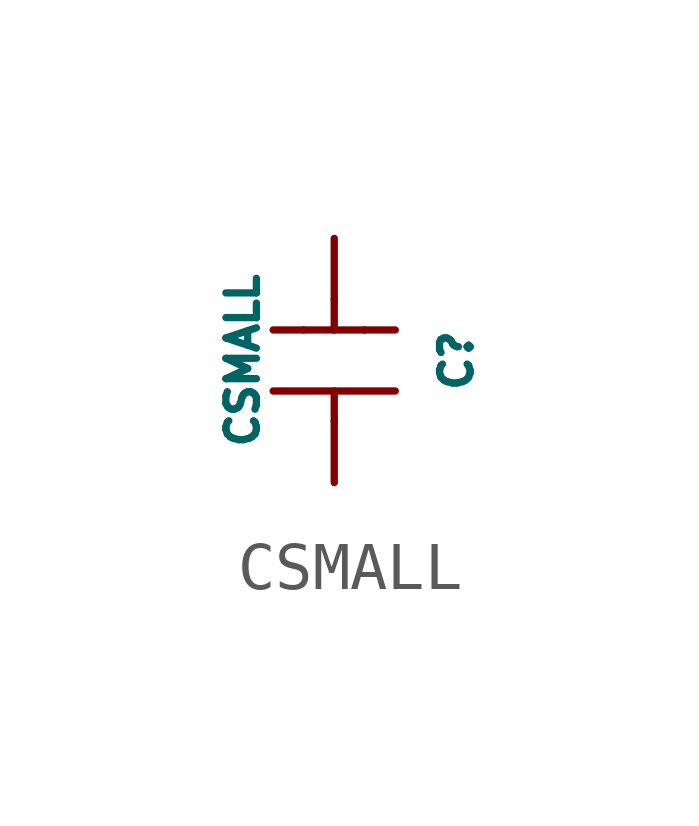
<source format=kicad_sym>
(kicad_symbol_lib
  (version 20241209)
  (generator "kicad_symbol_editor")
  (generator_version "9.0")
  (symbol "CSMALL"
    (pin_numbers
      (hide yes))
    (pin_names
      (offset 0)
      (hide yes))
    (property "Reference" "C"
      (at 2.54 0 90)
      (effects (font (size 0.635 0.635))))
    (property "Value" "CSMALL"
      (at -1.905 0 90)
      (effects (font (size 0.635 0.635))))
    (property "Datasheet" ""
      (at 0 0 90)
      (effects (font (size 1.524 1.524))))
    (symbol "CSMALL_0_1"
      (polyline (pts (xy -1.27 0.635) (xy -0.635 0.635)) (stroke (width 0) (type default)) (fill (type none)))
      (polyline (pts (xy -0.635 0.635) (xy 0.635 0.635)) (stroke (width 0) (type default)) (fill (type none)))
      (polyline (pts (xy 0 1.27) (xy 0 0.635)) (stroke (width 0) (type default)) (fill (type none)))
      (polyline (pts (xy 0 -1.27) (xy 0 -0.635)) (stroke (width 0) (type default)) (fill (type none)))
      (polyline (pts (xy 1.27 0.635) (xy 0.635 0.635)) (stroke (width 0) (type default)) (fill (type none)))
      (polyline (pts (xy 1.27 -0.635) (xy -1.27 -0.635)) (stroke (width 0) (type default)) (fill (type none))))
    (symbol "CSMALL_1_1"
      (pin passive line (at 0 2.54 270) (length 1.27) (name "~" (effects (font (size 0.635 0.635)))) (number "2" (effects (font (size 0.635 0.635)))))
      (pin passive line (at 0 -2.54 90) (length 1.27) (name "~" (effects (font (size 0.635 0.635)))) (number "1" (effects (font (size 0.635 0.635))))))))
</source>
